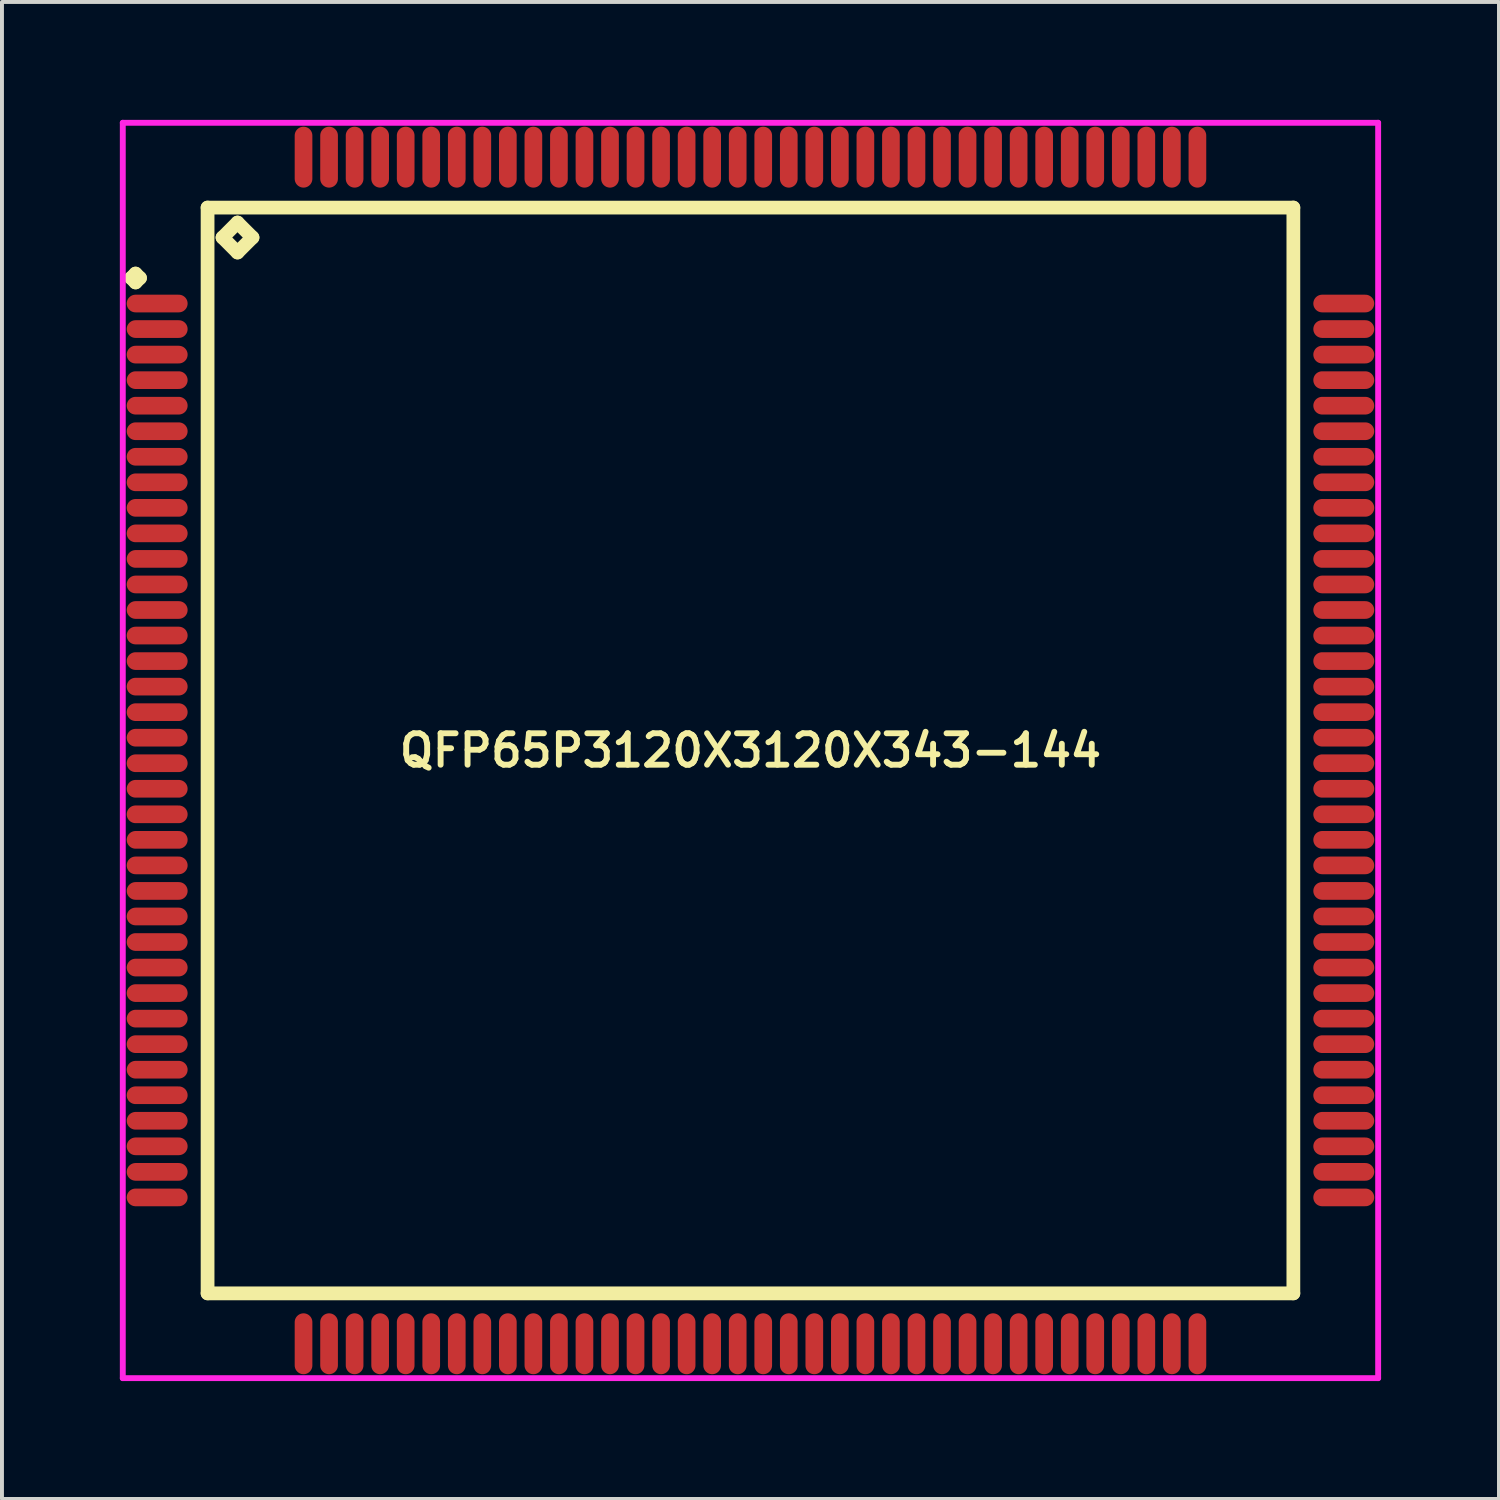
<source format=kicad_pcb>
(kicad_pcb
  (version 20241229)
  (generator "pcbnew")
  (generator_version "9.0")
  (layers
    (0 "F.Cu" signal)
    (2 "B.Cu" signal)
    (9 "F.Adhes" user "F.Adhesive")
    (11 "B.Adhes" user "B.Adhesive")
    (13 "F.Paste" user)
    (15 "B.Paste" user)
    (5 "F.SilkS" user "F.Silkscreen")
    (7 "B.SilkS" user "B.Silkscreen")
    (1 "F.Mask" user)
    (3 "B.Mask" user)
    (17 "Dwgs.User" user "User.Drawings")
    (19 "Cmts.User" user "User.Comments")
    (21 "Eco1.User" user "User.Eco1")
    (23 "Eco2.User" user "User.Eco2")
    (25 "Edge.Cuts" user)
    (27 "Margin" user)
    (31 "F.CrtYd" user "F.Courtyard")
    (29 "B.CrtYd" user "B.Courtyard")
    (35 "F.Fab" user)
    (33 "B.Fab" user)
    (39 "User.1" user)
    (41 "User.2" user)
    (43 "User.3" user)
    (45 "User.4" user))
  (footprint "QFP65P3120X3120X343-144"
    (layer "F.Cu")
    (at 16.05 16.05)
    (property "Reference" "QFP65P3120X3120X343-144" (at 0 0 0) (layer "F.SilkS") (effects (font (size 0.8 0.8) (thickness 0.15))))
    (attr smd)
    (fp_line (start -15.762 -12.025) (end -15.65 -12.137) (stroke (width 0.35) (type solid)) (layer "F.SilkS"))
    (fp_line (start -15.65 -12.137) (end -15.537 -12.025) (stroke (width 0.35) (type solid)) (layer "F.SilkS"))
    (fp_line (start -15.65 -11.912) (end -15.762 -12.025) (stroke (width 0.35) (type solid)) (layer "F.SilkS"))
    (fp_line (start -15.537 -12.025) (end -15.65 -11.912) (stroke (width 0.35) (type solid)) (layer "F.SilkS"))
    (fp_line (start -13.817 -13.817) (end -13.817 13.817) (stroke (width 0.35) (type solid)) (layer "F.SilkS"))
    (fp_line (start -13.817 13.817) (end 13.817 13.817) (stroke (width 0.35) (type solid)) (layer "F.SilkS"))
    (fp_line (start -13.436 -13.055) (end -13.055 -13.436) (stroke (width 0.35) (type solid)) (layer "F.SilkS"))
    (fp_line (start -13.055 -13.436) (end -12.674 -13.055) (stroke (width 0.35) (type solid)) (layer "F.SilkS"))
    (fp_line (start -13.055 -12.674) (end -13.436 -13.055) (stroke (width 0.35) (type solid)) (layer "F.SilkS"))
    (fp_line (start -12.674 -13.055) (end -13.055 -12.674) (stroke (width 0.35) (type solid)) (layer "F.SilkS"))
    (fp_line (start 13.817 -13.817) (end -13.817 -13.817) (stroke (width 0.35) (type solid)) (layer "F.SilkS"))
    (fp_line (start 13.817 13.817) (end 13.817 -13.817) (stroke (width 0.35) (type solid)) (layer "F.SilkS"))
    (fp_line (start -15.975 -15.975) (end 15.975 -15.975) (stroke (width 0.15) (type solid)) (layer "F.CrtYd"))
    (fp_line (start -15.975 15.975) (end -15.975 -15.975) (stroke (width 0.15) (type solid)) (layer "F.CrtYd"))
    (fp_line (start 15.975 -15.975) (end 15.975 15.975) (stroke (width 0.15) (type solid)) (layer "F.CrtYd"))
    (fp_line (start 15.975 15.975) (end -15.975 15.975) (stroke (width 0.15) (type solid)) (layer "F.CrtYd"))
    (pad "1" smd oval (at -15.1 -11.375) (size 1.55 0.45) (layers "F.Cu" "F.Mask" "F.Paste"))
    (pad "2" smd oval (at -15.1 -10.725) (size 1.55 0.45) (layers "F.Cu" "F.Mask" "F.Paste"))
    (pad "3" smd oval (at -15.1 -10.075) (size 1.55 0.45) (layers "F.Cu" "F.Mask" "F.Paste"))
    (pad "4" smd oval (at -15.1 -9.425) (size 1.55 0.45) (layers "F.Cu" "F.Mask" "F.Paste"))
    (pad "5" smd oval (at -15.1 -8.775) (size 1.55 0.45) (layers "F.Cu" "F.Mask" "F.Paste"))
    (pad "6" smd oval (at -15.1 -8.125) (size 1.55 0.45) (layers "F.Cu" "F.Mask" "F.Paste"))
    (pad "7" smd oval (at -15.1 -7.475) (size 1.55 0.45) (layers "F.Cu" "F.Mask" "F.Paste"))
    (pad "8" smd oval (at -15.1 -6.825) (size 1.55 0.45) (layers "F.Cu" "F.Mask" "F.Paste"))
    (pad "9" smd oval (at -15.1 -6.175) (size 1.55 0.45) (layers "F.Cu" "F.Mask" "F.Paste"))
    (pad "10" smd oval (at -15.1 -5.525) (size 1.55 0.45) (layers "F.Cu" "F.Mask" "F.Paste"))
    (pad "11" smd oval (at -15.1 -4.875) (size 1.55 0.45) (layers "F.Cu" "F.Mask" "F.Paste"))
    (pad "12" smd oval (at -15.1 -4.225) (size 1.55 0.45) (layers "F.Cu" "F.Mask" "F.Paste"))
    (pad "13" smd oval (at -15.1 -3.575) (size 1.55 0.45) (layers "F.Cu" "F.Mask" "F.Paste"))
    (pad "14" smd oval (at -15.1 -2.925) (size 1.55 0.45) (layers "F.Cu" "F.Mask" "F.Paste"))
    (pad "15" smd oval (at -15.1 -2.275) (size 1.55 0.45) (layers "F.Cu" "F.Mask" "F.Paste"))
    (pad "16" smd oval (at -15.1 -1.625) (size 1.55 0.45) (layers "F.Cu" "F.Mask" "F.Paste"))
    (pad "17" smd oval (at -15.1 -0.975) (size 1.55 0.45) (layers "F.Cu" "F.Mask" "F.Paste"))
    (pad "18" smd oval (at -15.1 -0.325) (size 1.55 0.45) (layers "F.Cu" "F.Mask" "F.Paste"))
    (pad "19" smd oval (at -15.1 0.325) (size 1.55 0.45) (layers "F.Cu" "F.Mask" "F.Paste"))
    (pad "20" smd oval (at -15.1 0.975) (size 1.55 0.45) (layers "F.Cu" "F.Mask" "F.Paste"))
    (pad "21" smd oval (at -15.1 1.625) (size 1.55 0.45) (layers "F.Cu" "F.Mask" "F.Paste"))
    (pad "22" smd oval (at -15.1 2.275) (size 1.55 0.45) (layers "F.Cu" "F.Mask" "F.Paste"))
    (pad "23" smd oval (at -15.1 2.925) (size 1.55 0.45) (layers "F.Cu" "F.Mask" "F.Paste"))
    (pad "24" smd oval (at -15.1 3.575) (size 1.55 0.45) (layers "F.Cu" "F.Mask" "F.Paste"))
    (pad "25" smd oval (at -15.1 4.225) (size 1.55 0.45) (layers "F.Cu" "F.Mask" "F.Paste"))
    (pad "26" smd oval (at -15.1 4.875) (size 1.55 0.45) (layers "F.Cu" "F.Mask" "F.Paste"))
    (pad "27" smd oval (at -15.1 5.525) (size 1.55 0.45) (layers "F.Cu" "F.Mask" "F.Paste"))
    (pad "28" smd oval (at -15.1 6.175) (size 1.55 0.45) (layers "F.Cu" "F.Mask" "F.Paste"))
    (pad "29" smd oval (at -15.1 6.825) (size 1.55 0.45) (layers "F.Cu" "F.Mask" "F.Paste"))
    (pad "30" smd oval (at -15.1 7.475) (size 1.55 0.45) (layers "F.Cu" "F.Mask" "F.Paste"))
    (pad "31" smd oval (at -15.1 8.125) (size 1.55 0.45) (layers "F.Cu" "F.Mask" "F.Paste"))
    (pad "32" smd oval (at -15.1 8.775) (size 1.55 0.45) (layers "F.Cu" "F.Mask" "F.Paste"))
    (pad "33" smd oval (at -15.1 9.425) (size 1.55 0.45) (layers "F.Cu" "F.Mask" "F.Paste"))
    (pad "34" smd oval (at -15.1 10.075) (size 1.55 0.45) (layers "F.Cu" "F.Mask" "F.Paste"))
    (pad "35" smd oval (at -15.1 10.725) (size 1.55 0.45) (layers "F.Cu" "F.Mask" "F.Paste"))
    (pad "36" smd oval (at -15.1 11.375) (size 1.55 0.45) (layers "F.Cu" "F.Mask" "F.Paste"))
    (pad "37" smd oval (at -11.375 15.1) (size 0.45 1.55) (layers "F.Cu" "F.Mask" "F.Paste"))
    (pad "38" smd oval (at -10.725 15.1) (size 0.45 1.55) (layers "F.Cu" "F.Mask" "F.Paste"))
    (pad "39" smd oval (at -10.075 15.1) (size 0.45 1.55) (layers "F.Cu" "F.Mask" "F.Paste"))
    (pad "40" smd oval (at -9.425 15.1) (size 0.45 1.55) (layers "F.Cu" "F.Mask" "F.Paste"))
    (pad "41" smd oval (at -8.775 15.1) (size 0.45 1.55) (layers "F.Cu" "F.Mask" "F.Paste"))
    (pad "42" smd oval (at -8.125 15.1) (size 0.45 1.55) (layers "F.Cu" "F.Mask" "F.Paste"))
    (pad "43" smd oval (at -7.475 15.1) (size 0.45 1.55) (layers "F.Cu" "F.Mask" "F.Paste"))
    (pad "44" smd oval (at -6.825 15.1) (size 0.45 1.55) (layers "F.Cu" "F.Mask" "F.Paste"))
    (pad "45" smd oval (at -6.175 15.1) (size 0.45 1.55) (layers "F.Cu" "F.Mask" "F.Paste"))
    (pad "46" smd oval (at -5.525 15.1) (size 0.45 1.55) (layers "F.Cu" "F.Mask" "F.Paste"))
    (pad "47" smd oval (at -4.875 15.1) (size 0.45 1.55) (layers "F.Cu" "F.Mask" "F.Paste"))
    (pad "48" smd oval (at -4.225 15.1) (size 0.45 1.55) (layers "F.Cu" "F.Mask" "F.Paste"))
    (pad "49" smd oval (at -3.575 15.1) (size 0.45 1.55) (layers "F.Cu" "F.Mask" "F.Paste"))
    (pad "50" smd oval (at -2.925 15.1) (size 0.45 1.55) (layers "F.Cu" "F.Mask" "F.Paste"))
    (pad "51" smd oval (at -2.275 15.1) (size 0.45 1.55) (layers "F.Cu" "F.Mask" "F.Paste"))
    (pad "52" smd oval (at -1.625 15.1) (size 0.45 1.55) (layers "F.Cu" "F.Mask" "F.Paste"))
    (pad "53" smd oval (at -0.975 15.1) (size 0.45 1.55) (layers "F.Cu" "F.Mask" "F.Paste"))
    (pad "54" smd oval (at -0.325 15.1) (size 0.45 1.55) (layers "F.Cu" "F.Mask" "F.Paste"))
    (pad "55" smd oval (at 0.325 15.1) (size 0.45 1.55) (layers "F.Cu" "F.Mask" "F.Paste"))
    (pad "56" smd oval (at 0.975 15.1) (size 0.45 1.55) (layers "F.Cu" "F.Mask" "F.Paste"))
    (pad "57" smd oval (at 1.625 15.1) (size 0.45 1.55) (layers "F.Cu" "F.Mask" "F.Paste"))
    (pad "58" smd oval (at 2.275 15.1) (size 0.45 1.55) (layers "F.Cu" "F.Mask" "F.Paste"))
    (pad "59" smd oval (at 2.925 15.1) (size 0.45 1.55) (layers "F.Cu" "F.Mask" "F.Paste"))
    (pad "60" smd oval (at 3.575 15.1) (size 0.45 1.55) (layers "F.Cu" "F.Mask" "F.Paste"))
    (pad "61" smd oval (at 4.225 15.1) (size 0.45 1.55) (layers "F.Cu" "F.Mask" "F.Paste"))
    (pad "62" smd oval (at 4.875 15.1) (size 0.45 1.55) (layers "F.Cu" "F.Mask" "F.Paste"))
    (pad "63" smd oval (at 5.525 15.1) (size 0.45 1.55) (layers "F.Cu" "F.Mask" "F.Paste"))
    (pad "64" smd oval (at 6.175 15.1) (size 0.45 1.55) (layers "F.Cu" "F.Mask" "F.Paste"))
    (pad "65" smd oval (at 6.825 15.1) (size 0.45 1.55) (layers "F.Cu" "F.Mask" "F.Paste"))
    (pad "66" smd oval (at 7.475 15.1) (size 0.45 1.55) (layers "F.Cu" "F.Mask" "F.Paste"))
    (pad "67" smd oval (at 8.125 15.1) (size 0.45 1.55) (layers "F.Cu" "F.Mask" "F.Paste"))
    (pad "68" smd oval (at 8.775 15.1) (size 0.45 1.55) (layers "F.Cu" "F.Mask" "F.Paste"))
    (pad "69" smd oval (at 9.425 15.1) (size 0.45 1.55) (layers "F.Cu" "F.Mask" "F.Paste"))
    (pad "70" smd oval (at 10.075 15.1) (size 0.45 1.55) (layers "F.Cu" "F.Mask" "F.Paste"))
    (pad "71" smd oval (at 10.725 15.1) (size 0.45 1.55) (layers "F.Cu" "F.Mask" "F.Paste"))
    (pad "72" smd oval (at 11.375 15.1) (size 0.45 1.55) (layers "F.Cu" "F.Mask" "F.Paste"))
    (pad "73" smd oval (at 15.1 11.375) (size 1.55 0.45) (layers "F.Cu" "F.Mask" "F.Paste"))
    (pad "74" smd oval (at 15.1 10.725) (size 1.55 0.45) (layers "F.Cu" "F.Mask" "F.Paste"))
    (pad "75" smd oval (at 15.1 10.075) (size 1.55 0.45) (layers "F.Cu" "F.Mask" "F.Paste"))
    (pad "76" smd oval (at 15.1 9.425) (size 1.55 0.45) (layers "F.Cu" "F.Mask" "F.Paste"))
    (pad "77" smd oval (at 15.1 8.775) (size 1.55 0.45) (layers "F.Cu" "F.Mask" "F.Paste"))
    (pad "78" smd oval (at 15.1 8.125) (size 1.55 0.45) (layers "F.Cu" "F.Mask" "F.Paste"))
    (pad "79" smd oval (at 15.1 7.475) (size 1.55 0.45) (layers "F.Cu" "F.Mask" "F.Paste"))
    (pad "80" smd oval (at 15.1 6.825) (size 1.55 0.45) (layers "F.Cu" "F.Mask" "F.Paste"))
    (pad "81" smd oval (at 15.1 6.175) (size 1.55 0.45) (layers "F.Cu" "F.Mask" "F.Paste"))
    (pad "82" smd oval (at 15.1 5.525) (size 1.55 0.45) (layers "F.Cu" "F.Mask" "F.Paste"))
    (pad "83" smd oval (at 15.1 4.875) (size 1.55 0.45) (layers "F.Cu" "F.Mask" "F.Paste"))
    (pad "84" smd oval (at 15.1 4.225) (size 1.55 0.45) (layers "F.Cu" "F.Mask" "F.Paste"))
    (pad "85" smd oval (at 15.1 3.575) (size 1.55 0.45) (layers "F.Cu" "F.Mask" "F.Paste"))
    (pad "86" smd oval (at 15.1 2.925) (size 1.55 0.45) (layers "F.Cu" "F.Mask" "F.Paste"))
    (pad "87" smd oval (at 15.1 2.275) (size 1.55 0.45) (layers "F.Cu" "F.Mask" "F.Paste"))
    (pad "88" smd oval (at 15.1 1.625) (size 1.55 0.45) (layers "F.Cu" "F.Mask" "F.Paste"))
    (pad "89" smd oval (at 15.1 0.975) (size 1.55 0.45) (layers "F.Cu" "F.Mask" "F.Paste"))
    (pad "90" smd oval (at 15.1 0.325) (size 1.55 0.45) (layers "F.Cu" "F.Mask" "F.Paste"))
    (pad "91" smd oval (at 15.1 -0.325) (size 1.55 0.45) (layers "F.Cu" "F.Mask" "F.Paste"))
    (pad "92" smd oval (at 15.1 -0.975) (size 1.55 0.45) (layers "F.Cu" "F.Mask" "F.Paste"))
    (pad "93" smd oval (at 15.1 -1.625) (size 1.55 0.45) (layers "F.Cu" "F.Mask" "F.Paste"))
    (pad "94" smd oval (at 15.1 -2.275) (size 1.55 0.45) (layers "F.Cu" "F.Mask" "F.Paste"))
    (pad "95" smd oval (at 15.1 -2.925) (size 1.55 0.45) (layers "F.Cu" "F.Mask" "F.Paste"))
    (pad "96" smd oval (at 15.1 -3.575) (size 1.55 0.45) (layers "F.Cu" "F.Mask" "F.Paste"))
    (pad "97" smd oval (at 15.1 -4.225) (size 1.55 0.45) (layers "F.Cu" "F.Mask" "F.Paste"))
    (pad "98" smd oval (at 15.1 -4.875) (size 1.55 0.45) (layers "F.Cu" "F.Mask" "F.Paste"))
    (pad "99" smd oval (at 15.1 -5.525) (size 1.55 0.45) (layers "F.Cu" "F.Mask" "F.Paste"))
    (pad "100" smd oval (at 15.1 -6.175) (size 1.55 0.45) (layers "F.Cu" "F.Mask" "F.Paste"))
    (pad "101" smd oval (at 15.1 -6.825) (size 1.55 0.45) (layers "F.Cu" "F.Mask" "F.Paste"))
    (pad "102" smd oval (at 15.1 -7.475) (size 1.55 0.45) (layers "F.Cu" "F.Mask" "F.Paste"))
    (pad "103" smd oval (at 15.1 -8.125) (size 1.55 0.45) (layers "F.Cu" "F.Mask" "F.Paste"))
    (pad "104" smd oval (at 15.1 -8.775) (size 1.55 0.45) (layers "F.Cu" "F.Mask" "F.Paste"))
    (pad "105" smd oval (at 15.1 -9.425) (size 1.55 0.45) (layers "F.Cu" "F.Mask" "F.Paste"))
    (pad "106" smd oval (at 15.1 -10.075) (size 1.55 0.45) (layers "F.Cu" "F.Mask" "F.Paste"))
    (pad "107" smd oval (at 15.1 -10.725) (size 1.55 0.45) (layers "F.Cu" "F.Mask" "F.Paste"))
    (pad "108" smd oval (at 15.1 -11.375) (size 1.55 0.45) (layers "F.Cu" "F.Mask" "F.Paste"))
    (pad "109" smd oval (at 11.375 -15.1) (size 0.45 1.55) (layers "F.Cu" "F.Mask" "F.Paste"))
    (pad "110" smd oval (at 10.725 -15.1) (size 0.45 1.55) (layers "F.Cu" "F.Mask" "F.Paste"))
    (pad "111" smd oval (at 10.075 -15.1) (size 0.45 1.55) (layers "F.Cu" "F.Mask" "F.Paste"))
    (pad "112" smd oval (at 9.425 -15.1) (size 0.45 1.55) (layers "F.Cu" "F.Mask" "F.Paste"))
    (pad "113" smd oval (at 8.775 -15.1) (size 0.45 1.55) (layers "F.Cu" "F.Mask" "F.Paste"))
    (pad "114" smd oval (at 8.125 -15.1) (size 0.45 1.55) (layers "F.Cu" "F.Mask" "F.Paste"))
    (pad "115" smd oval (at 7.475 -15.1) (size 0.45 1.55) (layers "F.Cu" "F.Mask" "F.Paste"))
    (pad "116" smd oval (at 6.825 -15.1) (size 0.45 1.55) (layers "F.Cu" "F.Mask" "F.Paste"))
    (pad "117" smd oval (at 6.175 -15.1) (size 0.45 1.55) (layers "F.Cu" "F.Mask" "F.Paste"))
    (pad "118" smd oval (at 5.525 -15.1) (size 0.45 1.55) (layers "F.Cu" "F.Mask" "F.Paste"))
    (pad "119" smd oval (at 4.875 -15.1) (size 0.45 1.55) (layers "F.Cu" "F.Mask" "F.Paste"))
    (pad "120" smd oval (at 4.225 -15.1) (size 0.45 1.55) (layers "F.Cu" "F.Mask" "F.Paste"))
    (pad "121" smd oval (at 3.575 -15.1) (size 0.45 1.55) (layers "F.Cu" "F.Mask" "F.Paste"))
    (pad "122" smd oval (at 2.925 -15.1) (size 0.45 1.55) (layers "F.Cu" "F.Mask" "F.Paste"))
    (pad "123" smd oval (at 2.275 -15.1) (size 0.45 1.55) (layers "F.Cu" "F.Mask" "F.Paste"))
    (pad "124" smd oval (at 1.625 -15.1) (size 0.45 1.55) (layers "F.Cu" "F.Mask" "F.Paste"))
    (pad "125" smd oval (at 0.975 -15.1) (size 0.45 1.55) (layers "F.Cu" "F.Mask" "F.Paste"))
    (pad "126" smd oval (at 0.325 -15.1) (size 0.45 1.55) (layers "F.Cu" "F.Mask" "F.Paste"))
    (pad "127" smd oval (at -0.325 -15.1) (size 0.45 1.55) (layers "F.Cu" "F.Mask" "F.Paste"))
    (pad "128" smd oval (at -0.975 -15.1) (size 0.45 1.55) (layers "F.Cu" "F.Mask" "F.Paste"))
    (pad "129" smd oval (at -1.625 -15.1) (size 0.45 1.55) (layers "F.Cu" "F.Mask" "F.Paste"))
    (pad "130" smd oval (at -2.275 -15.1) (size 0.45 1.55) (layers "F.Cu" "F.Mask" "F.Paste"))
    (pad "131" smd oval (at -2.925 -15.1) (size 0.45 1.55) (layers "F.Cu" "F.Mask" "F.Paste"))
    (pad "132" smd oval (at -3.575 -15.1) (size 0.45 1.55) (layers "F.Cu" "F.Mask" "F.Paste"))
    (pad "133" smd oval (at -4.225 -15.1) (size 0.45 1.55) (layers "F.Cu" "F.Mask" "F.Paste"))
    (pad "134" smd oval (at -4.875 -15.1) (size 0.45 1.55) (layers "F.Cu" "F.Mask" "F.Paste"))
    (pad "135" smd oval (at -5.525 -15.1) (size 0.45 1.55) (layers "F.Cu" "F.Mask" "F.Paste"))
    (pad "136" smd oval (at -6.175 -15.1) (size 0.45 1.55) (layers "F.Cu" "F.Mask" "F.Paste"))
    (pad "137" smd oval (at -6.825 -15.1) (size 0.45 1.55) (layers "F.Cu" "F.Mask" "F.Paste"))
    (pad "138" smd oval (at -7.475 -15.1) (size 0.45 1.55) (layers "F.Cu" "F.Mask" "F.Paste"))
    (pad "139" smd oval (at -8.125 -15.1) (size 0.45 1.55) (layers "F.Cu" "F.Mask" "F.Paste"))
    (pad "140" smd oval (at -8.775 -15.1) (size 0.45 1.55) (layers "F.Cu" "F.Mask" "F.Paste"))
    (pad "141" smd oval (at -9.425 -15.1) (size 0.45 1.55) (layers "F.Cu" "F.Mask" "F.Paste"))
    (pad "142" smd oval (at -10.075 -15.1) (size 0.45 1.55) (layers "F.Cu" "F.Mask" "F.Paste"))
    (pad "143" smd oval (at -10.725 -15.1) (size 0.45 1.55) (layers "F.Cu" "F.Mask" "F.Paste"))
    (pad "144" smd oval (at -11.375 -15.1) (size 0.45 1.55) (layers "F.Cu" "F.Mask" "F.Paste")))
  (gr_rect
    (start -3 -3)
    (end 35.1 35.1)
    (stroke (width 0.1) (type default))
    (fill no)
    (layer "Edge.Cuts")))
</source>
